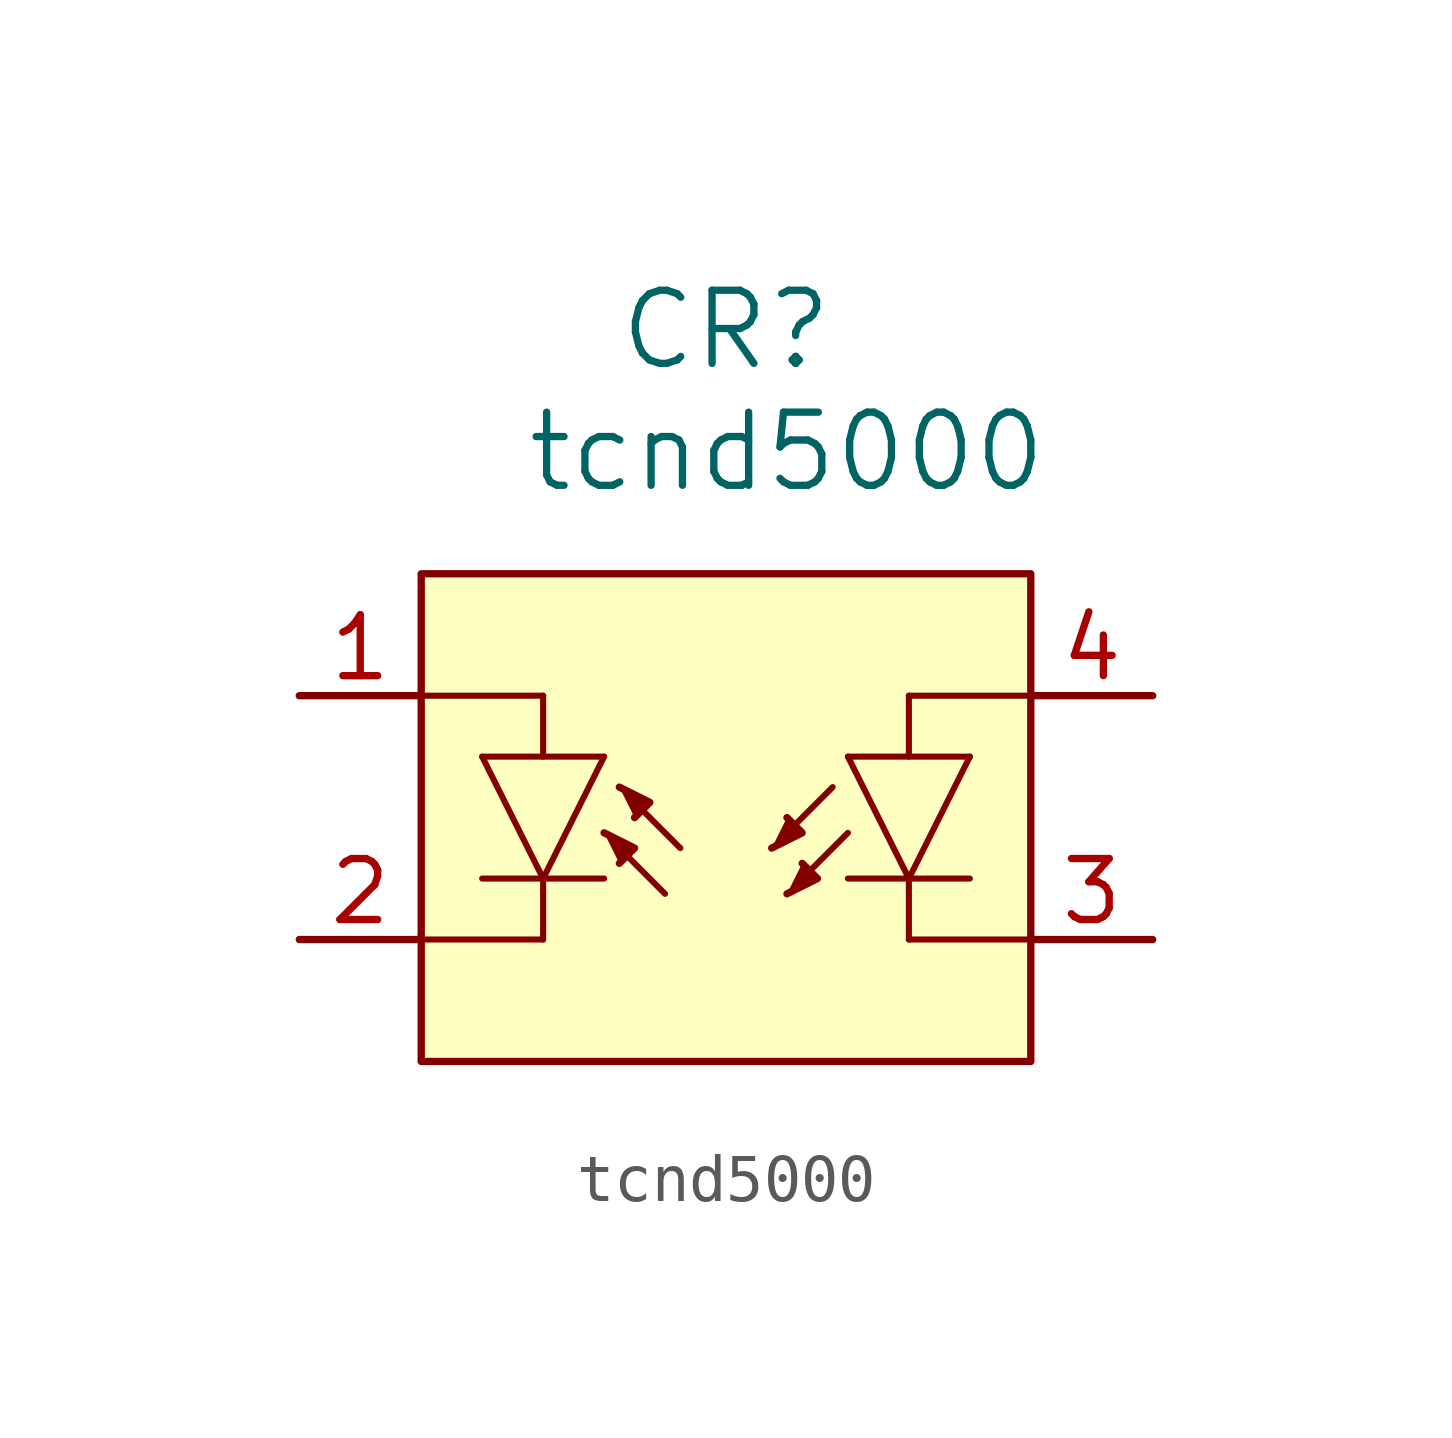
<source format=kicad_sym>
(kicad_symbol_lib
  (version 20211014)
  (generator kicad_symbol_editor)
  (symbol "tcnd5000"
    (pin_names
      (offset 0.254))
    (property "Reference" "CR"
      (at 13.97 7.62 0)
      (effects (font (size 1.524 1.524))))
    (property "Value" "tcnd5000"
      (at 15.24 5.08 0)
      (effects (font (size 1.524 1.524))))
    (symbol "tcnd5000_0_1"
      (polyline (pts (xy 7.62 -5.08) (xy 10.16 -5.08)) (stroke (width 0.127) (type default) (color 0 0 0 0)) (fill (type none)))
      (polyline (pts (xy 7.62 0) (xy 10.16 0)) (stroke (width 0.127) (type default) (color 0 0 0 0)) (fill (type none)))
      (polyline (pts (xy 8.89 -3.81) (xy 11.43 -3.81)) (stroke (width 0.127) (type default) (color 0 0 0 0)) (fill (type none)))
      (polyline (pts (xy 8.89 -1.27) (xy 10.16 -3.81)) (stroke (width 0.127) (type default) (color 0 0 0 0)) (fill (type none)))
      (polyline (pts (xy 10.16 -5.08) (xy 10.16 -3.81)) (stroke (width 0.127) (type default) (color 0 0 0 0)) (fill (type none)))
      (polyline (pts (xy 10.16 -3.81) (xy 11.43 -1.27)) (stroke (width 0.127) (type default) (color 0 0 0 0)) (fill (type none)))
      (polyline (pts (xy 10.16 0) (xy 10.16 -1.27)) (stroke (width 0.127) (type default) (color 0 0 0 0)) (fill (type none)))
      (polyline (pts (xy 11.43 -1.27) (xy 8.89 -1.27)) (stroke (width 0.127) (type default) (color 0 0 0 0)) (fill (type none)))
      (polyline (pts (xy 12.7 -4.128) (xy 11.748 -3.175)) (stroke (width 0.127) (type default) (color 0 0 0 0)) (fill (type none)))
      (polyline (pts (xy 13.018 -3.175) (xy 12.065 -2.223)) (stroke (width 0.127) (type default) (color 0 0 0 0)) (fill (type none)))
      (polyline (pts (xy 16.192 -1.905) (xy 15.24 -2.857)) (stroke (width 0.127) (type default) (color 0 0 0 0)) (fill (type none)))
      (polyline (pts (xy 16.51 -2.857) (xy 15.557 -3.81)) (stroke (width 0.127) (type default) (color 0 0 0 0)) (fill (type none)))
      (polyline (pts (xy 16.51 -1.27) (xy 19.05 -1.27)) (stroke (width 0.127) (type default) (color 0 0 0 0)) (fill (type none)))
      (polyline (pts (xy 17.78 -5.08) (xy 17.78 -3.81)) (stroke (width 0.127) (type default) (color 0 0 0 0)) (fill (type none)))
      (polyline (pts (xy 17.78 -3.81) (xy 16.51 -1.27)) (stroke (width 0.127) (type default) (color 0 0 0 0)) (fill (type none)))
      (polyline (pts (xy 17.78 0) (xy 17.78 -1.27)) (stroke (width 0.127) (type default) (color 0 0 0 0)) (fill (type none)))
      (polyline (pts (xy 19.05 -3.81) (xy 16.51 -3.81)) (stroke (width 0.127) (type default) (color 0 0 0 0)) (fill (type none)))
      (polyline (pts (xy 19.05 -1.27) (xy 17.78 -3.81)) (stroke (width 0.127) (type default) (color 0 0 0 0)) (fill (type none)))
      (polyline (pts (xy 20.32 -5.08) (xy 17.78 -5.08)) (stroke (width 0.127) (type default) (color 0 0 0 0)) (fill (type none)))
      (polyline (pts (xy 20.32 0) (xy 17.78 0)) (stroke (width 0.127) (type default) (color 0 0 0 0)) (fill (type none)))
      (polyline (pts (xy 11.43 -2.857) (xy 12.065 -3.175) (xy 11.748 -3.493)) (stroke (width 0) (type default) (color 0 0 0 0)) (fill (type outline)))
      (polyline (pts (xy 11.748 -1.905) (xy 12.383 -2.223) (xy 12.065 -2.54)) (stroke (width 0) (type default) (color 0 0 0 0)) (fill (type outline)))
      (polyline (pts (xy 14.922 -3.175) (xy 15.557 -2.857) (xy 15.24 -2.54)) (stroke (width 0) (type default) (color 0 0 0 0)) (fill (type outline)))
      (polyline (pts (xy 15.24 -4.128) (xy 15.875 -3.81) (xy 15.557 -3.493)) (stroke (width 0) (type default) (color 0 0 0 0)) (fill (type outline)))
      (rectangle (start 7.62 2.54) (end 20.32 -7.62) (stroke (width 0) (type default) (color 0 0 0 0)) (fill (type background)))
      (pin unspecified line (at 5.08 0 0) (length 2.54) (name "" (effects (font (size 1.27 1.27)))) (number "1" (effects (font (size 1.27 1.27)))))
      (pin unspecified line (at 5.08 -5.08 0) (length 2.54) (name "" (effects (font (size 1.27 1.27)))) (number "2" (effects (font (size 1.27 1.27)))))
      (pin unspecified line (at 22.86 -5.08 180) (length 2.54) (name "" (effects (font (size 1.27 1.27)))) (number "3" (effects (font (size 1.27 1.27)))))
      (pin unspecified line (at 22.86 0 180) (length 2.54) (name "" (effects (font (size 1.27 1.27)))) (number "4" (effects (font (size 1.27 1.27))))))))
</source>
